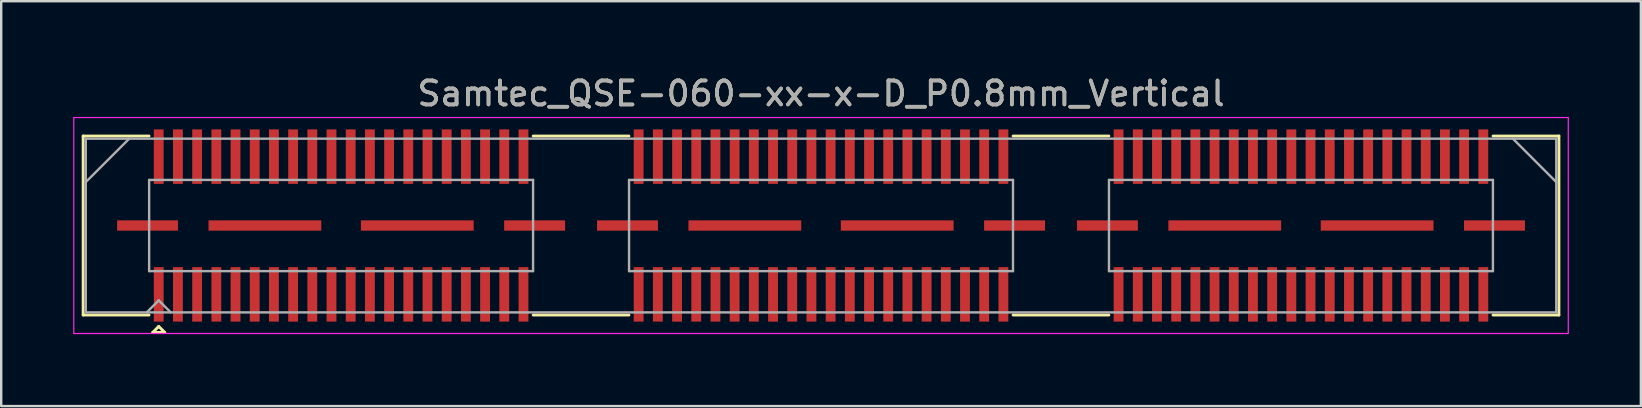
<source format=kicad_pcb>
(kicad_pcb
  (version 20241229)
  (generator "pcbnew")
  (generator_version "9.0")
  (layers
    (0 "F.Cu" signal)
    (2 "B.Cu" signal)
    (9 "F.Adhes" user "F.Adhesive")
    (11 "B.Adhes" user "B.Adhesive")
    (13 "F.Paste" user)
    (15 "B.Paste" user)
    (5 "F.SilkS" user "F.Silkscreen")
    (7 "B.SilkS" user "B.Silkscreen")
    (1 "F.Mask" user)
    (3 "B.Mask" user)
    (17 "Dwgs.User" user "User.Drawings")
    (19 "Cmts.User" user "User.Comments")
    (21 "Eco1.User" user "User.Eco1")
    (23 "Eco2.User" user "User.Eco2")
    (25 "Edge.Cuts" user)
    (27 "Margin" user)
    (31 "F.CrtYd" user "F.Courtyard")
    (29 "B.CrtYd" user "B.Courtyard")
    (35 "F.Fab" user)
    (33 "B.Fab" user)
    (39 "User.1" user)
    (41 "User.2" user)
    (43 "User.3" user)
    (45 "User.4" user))
  (footprint "Samtec_QSE-060-xx-x-D_P0.8mm_Vertical"
    (layer "F.Cu")
    (at 31.165 6.348)
    (property "Reference" "Samtec_QSE-060-xx-x-D_P0.8mm_Vertical" (at 0 -5.5 0) (layer "F.SilkS") (effects (font (size 1 1) (thickness 0.15))))
    (attr smd)
    (fp_line (start -30.75 -3.73) (end -28.005 -3.73) (stroke (width 0.12) (type solid)) (layer "F.SilkS"))
    (fp_line (start -30.75 3.73) (end -30.75 -3.73) (stroke (width 0.12) (type solid)) (layer "F.SilkS"))
    (fp_line (start -28.005 3.73) (end -30.75 3.73) (stroke (width 0.12) (type solid)) (layer "F.SilkS"))
    (fp_line (start -27.85 4.455) (end -27.6 4.205) (stroke (width 0.12) (type solid)) (layer "F.SilkS"))
    (fp_line (start -27.6 4.205) (end -27.35 4.455) (stroke (width 0.12) (type solid)) (layer "F.SilkS"))
    (fp_line (start -27.35 4.455) (end -27.85 4.455) (stroke (width 0.12) (type solid)) (layer "F.SilkS"))
    (fp_line (start -11.995 -3.73) (end -8.005 -3.73) (stroke (width 0.12) (type solid)) (layer "F.SilkS"))
    (fp_line (start -11.995 3.73) (end -8.005 3.73) (stroke (width 0.12) (type solid)) (layer "F.SilkS"))
    (fp_line (start 8.005 -3.73) (end 11.995 -3.73) (stroke (width 0.12) (type solid)) (layer "F.SilkS"))
    (fp_line (start 8.005 3.73) (end 11.995 3.73) (stroke (width 0.12) (type solid)) (layer "F.SilkS"))
    (fp_line (start 28.005 3.73) (end 30.75 3.73) (stroke (width 0.12) (type solid)) (layer "F.SilkS"))
    (fp_line (start 30.75 -3.73) (end 28.005 -3.73) (stroke (width 0.12) (type solid)) (layer "F.SilkS"))
    (fp_line (start 30.75 3.73) (end 30.75 -3.73) (stroke (width 0.12) (type solid)) (layer "F.SilkS"))
    (fp_line (start -31.14 -4.5) (end -31.14 4.5) (stroke (width 0.05) (type solid)) (layer "F.CrtYd"))
    (fp_line (start -31.14 4.5) (end 31.14 4.5) (stroke (width 0.05) (type solid)) (layer "F.CrtYd"))
    (fp_line (start 31.14 -4.5) (end -31.14 -4.5) (stroke (width 0.05) (type solid)) (layer "F.CrtYd"))
    (fp_line (start 31.14 4.5) (end 31.14 -4.5) (stroke (width 0.05) (type solid)) (layer "F.CrtYd"))
    (fp_line (start -30.64 -3.62) (end -30.64 3.62) (stroke (width 0.1) (type solid)) (layer "F.Fab"))
    (fp_line (start -30.64 -1.81) (end -28.83 -3.62) (stroke (width 0.1) (type solid)) (layer "F.Fab"))
    (fp_line (start -30.64 3.62) (end 30.64 3.62) (stroke (width 0.1) (type solid)) (layer "F.Fab"))
    (fp_line (start -28.1 3.62) (end -27.6 3.12) (stroke (width 0.1) (type solid)) (layer "F.Fab"))
    (fp_line (start -28 -1.9) (end -28 1.9) (stroke (width 0.1) (type solid)) (layer "F.Fab"))
    (fp_line (start -28 1.9) (end -12 1.9) (stroke (width 0.1) (type solid)) (layer "F.Fab"))
    (fp_line (start -27.6 3.12) (end -27.1 3.62) (stroke (width 0.1) (type solid)) (layer "F.Fab"))
    (fp_line (start -12 -1.9) (end -28 -1.9) (stroke (width 0.1) (type solid)) (layer "F.Fab"))
    (fp_line (start -12 1.9) (end -12 -1.9) (stroke (width 0.1) (type solid)) (layer "F.Fab"))
    (fp_line (start -8 -1.9) (end -8 1.9) (stroke (width 0.1) (type solid)) (layer "F.Fab"))
    (fp_line (start -8 1.9) (end 8 1.9) (stroke (width 0.1) (type solid)) (layer "F.Fab"))
    (fp_line (start 8 -1.9) (end -8 -1.9) (stroke (width 0.1) (type solid)) (layer "F.Fab"))
    (fp_line (start 8 1.9) (end 8 -1.9) (stroke (width 0.1) (type solid)) (layer "F.Fab"))
    (fp_line (start 12 -1.9) (end 12 1.9) (stroke (width 0.1) (type solid)) (layer "F.Fab"))
    (fp_line (start 12 1.9) (end 28 1.9) (stroke (width 0.1) (type solid)) (layer "F.Fab"))
    (fp_line (start 28 -1.9) (end 12 -1.9) (stroke (width 0.1) (type solid)) (layer "F.Fab"))
    (fp_line (start 28 1.9) (end 28 -1.9) (stroke (width 0.1) (type solid)) (layer "F.Fab"))
    (fp_line (start 30.64 -3.62) (end -30.64 -3.62) (stroke (width 0.1) (type solid)) (layer "F.Fab"))
    (fp_line (start 30.64 -1.81) (end 28.83 -3.62) (stroke (width 0.1) (type solid)) (layer "F.Fab"))
    (fp_line (start 30.64 3.62) (end 30.64 -3.62) (stroke (width 0.1) (type solid)) (layer "F.Fab"))
    (fp_text user "${REFERENCE}" (at 0 -5.5 0) (layer "F.Fab") (effects (font (size 1 1) (thickness 0.15))))
    (pad "1" smd rect (at -27.6 2.87) (size 0.41 2.27) (layers "F.Cu" "F.Mask" "F.Paste"))
    (pad "2" smd rect (at -27.6 -2.87) (size 0.41 2.27) (layers "F.Cu" "F.Mask" "F.Paste"))
    (pad "3" smd rect (at -26.8 2.87) (size 0.41 2.27) (layers "F.Cu" "F.Mask" "F.Paste"))
    (pad "4" smd rect (at -26.8 -2.87) (size 0.41 2.27) (layers "F.Cu" "F.Mask" "F.Paste"))
    (pad "5" smd rect (at -26 2.87) (size 0.41 2.27) (layers "F.Cu" "F.Mask" "F.Paste"))
    (pad "6" smd rect (at -26 -2.87) (size 0.41 2.27) (layers "F.Cu" "F.Mask" "F.Paste"))
    (pad "7" smd rect (at -25.2 2.87) (size 0.41 2.27) (layers "F.Cu" "F.Mask" "F.Paste"))
    (pad "8" smd rect (at -25.2 -2.87) (size 0.41 2.27) (layers "F.Cu" "F.Mask" "F.Paste"))
    (pad "9" smd rect (at -24.4 2.87) (size 0.41 2.27) (layers "F.Cu" "F.Mask" "F.Paste"))
    (pad "10" smd rect (at -24.4 -2.87) (size 0.41 2.27) (layers "F.Cu" "F.Mask" "F.Paste"))
    (pad "11" smd rect (at -23.6 2.87) (size 0.41 2.27) (layers "F.Cu" "F.Mask" "F.Paste"))
    (pad "12" smd rect (at -23.6 -2.87) (size 0.41 2.27) (layers "F.Cu" "F.Mask" "F.Paste"))
    (pad "13" smd rect (at -22.8 2.87) (size 0.41 2.27) (layers "F.Cu" "F.Mask" "F.Paste"))
    (pad "14" smd rect (at -22.8 -2.87) (size 0.41 2.27) (layers "F.Cu" "F.Mask" "F.Paste"))
    (pad "15" smd rect (at -22 2.87) (size 0.41 2.27) (layers "F.Cu" "F.Mask" "F.Paste"))
    (pad "16" smd rect (at -22 -2.87) (size 0.41 2.27) (layers "F.Cu" "F.Mask" "F.Paste"))
    (pad "17" smd rect (at -21.2 2.87) (size 0.41 2.27) (layers "F.Cu" "F.Mask" "F.Paste"))
    (pad "18" smd rect (at -21.2 -2.87) (size 0.41 2.27) (layers "F.Cu" "F.Mask" "F.Paste"))
    (pad "19" smd rect (at -20.4 2.87) (size 0.41 2.27) (layers "F.Cu" "F.Mask" "F.Paste"))
    (pad "20" smd rect (at -20.4 -2.87) (size 0.41 2.27) (layers "F.Cu" "F.Mask" "F.Paste"))
    (pad "21" smd rect (at -19.6 2.87) (size 0.41 2.27) (layers "F.Cu" "F.Mask" "F.Paste"))
    (pad "22" smd rect (at -19.6 -2.87) (size 0.41 2.27) (layers "F.Cu" "F.Mask" "F.Paste"))
    (pad "23" smd rect (at -18.8 2.87) (size 0.41 2.27) (layers "F.Cu" "F.Mask" "F.Paste"))
    (pad "24" smd rect (at -18.8 -2.87) (size 0.41 2.27) (layers "F.Cu" "F.Mask" "F.Paste"))
    (pad "25" smd rect (at -18 2.87) (size 0.41 2.27) (layers "F.Cu" "F.Mask" "F.Paste"))
    (pad "26" smd rect (at -18 -2.87) (size 0.41 2.27) (layers "F.Cu" "F.Mask" "F.Paste"))
    (pad "27" smd rect (at -17.2 2.87) (size 0.41 2.27) (layers "F.Cu" "F.Mask" "F.Paste"))
    (pad "28" smd rect (at -17.2 -2.87) (size 0.41 2.27) (layers "F.Cu" "F.Mask" "F.Paste"))
    (pad "29" smd rect (at -16.4 2.87) (size 0.41 2.27) (layers "F.Cu" "F.Mask" "F.Paste"))
    (pad "30" smd rect (at -16.4 -2.87) (size 0.41 2.27) (layers "F.Cu" "F.Mask" "F.Paste"))
    (pad "31" smd rect (at -15.6 2.87) (size 0.41 2.27) (layers "F.Cu" "F.Mask" "F.Paste"))
    (pad "32" smd rect (at -15.6 -2.87) (size 0.41 2.27) (layers "F.Cu" "F.Mask" "F.Paste"))
    (pad "33" smd rect (at -14.8 2.87) (size 0.41 2.27) (layers "F.Cu" "F.Mask" "F.Paste"))
    (pad "34" smd rect (at -14.8 -2.87) (size 0.41 2.27) (layers "F.Cu" "F.Mask" "F.Paste"))
    (pad "35" smd rect (at -14 2.87) (size 0.41 2.27) (layers "F.Cu" "F.Mask" "F.Paste"))
    (pad "36" smd rect (at -14 -2.87) (size 0.41 2.27) (layers "F.Cu" "F.Mask" "F.Paste"))
    (pad "37" smd rect (at -13.2 2.87) (size 0.41 2.27) (layers "F.Cu" "F.Mask" "F.Paste"))
    (pad "38" smd rect (at -13.2 -2.87) (size 0.41 2.27) (layers "F.Cu" "F.Mask" "F.Paste"))
    (pad "39" smd rect (at -12.4 2.87) (size 0.41 2.27) (layers "F.Cu" "F.Mask" "F.Paste"))
    (pad "40" smd rect (at -12.4 -2.87) (size 0.41 2.27) (layers "F.Cu" "F.Mask" "F.Paste"))
    (pad "41" smd rect (at -7.6 2.87) (size 0.41 2.27) (layers "F.Cu" "F.Mask" "F.Paste"))
    (pad "42" smd rect (at -7.6 -2.87) (size 0.41 2.27) (layers "F.Cu" "F.Mask" "F.Paste"))
    (pad "43" smd rect (at -6.8 2.87) (size 0.41 2.27) (layers "F.Cu" "F.Mask" "F.Paste"))
    (pad "44" smd rect (at -6.8 -2.87) (size 0.41 2.27) (layers "F.Cu" "F.Mask" "F.Paste"))
    (pad "45" smd rect (at -6 2.87) (size 0.41 2.27) (layers "F.Cu" "F.Mask" "F.Paste"))
    (pad "46" smd rect (at -6 -2.87) (size 0.41 2.27) (layers "F.Cu" "F.Mask" "F.Paste"))
    (pad "47" smd rect (at -5.2 2.87) (size 0.41 2.27) (layers "F.Cu" "F.Mask" "F.Paste"))
    (pad "48" smd rect (at -5.2 -2.87) (size 0.41 2.27) (layers "F.Cu" "F.Mask" "F.Paste"))
    (pad "49" smd rect (at -4.4 2.87) (size 0.41 2.27) (layers "F.Cu" "F.Mask" "F.Paste"))
    (pad "50" smd rect (at -4.4 -2.87) (size 0.41 2.27) (layers "F.Cu" "F.Mask" "F.Paste"))
    (pad "51" smd rect (at -3.6 2.87) (size 0.41 2.27) (layers "F.Cu" "F.Mask" "F.Paste"))
    (pad "52" smd rect (at -3.6 -2.87) (size 0.41 2.27) (layers "F.Cu" "F.Mask" "F.Paste"))
    (pad "53" smd rect (at -2.8 2.87) (size 0.41 2.27) (layers "F.Cu" "F.Mask" "F.Paste"))
    (pad "54" smd rect (at -2.8 -2.87) (size 0.41 2.27) (layers "F.Cu" "F.Mask" "F.Paste"))
    (pad "55" smd rect (at -2 2.87) (size 0.41 2.27) (layers "F.Cu" "F.Mask" "F.Paste"))
    (pad "56" smd rect (at -2 -2.87) (size 0.41 2.27) (layers "F.Cu" "F.Mask" "F.Paste"))
    (pad "57" smd rect (at -1.2 2.87) (size 0.41 2.27) (layers "F.Cu" "F.Mask" "F.Paste"))
    (pad "58" smd rect (at -1.2 -2.87) (size 0.41 2.27) (layers "F.Cu" "F.Mask" "F.Paste"))
    (pad "59" smd rect (at -0.4 2.87) (size 0.41 2.27) (layers "F.Cu" "F.Mask" "F.Paste"))
    (pad "60" smd rect (at -0.4 -2.87) (size 0.41 2.27) (layers "F.Cu" "F.Mask" "F.Paste"))
    (pad "61" smd rect (at 0.4 2.87) (size 0.41 2.27) (layers "F.Cu" "F.Mask" "F.Paste"))
    (pad "62" smd rect (at 0.4 -2.87) (size 0.41 2.27) (layers "F.Cu" "F.Mask" "F.Paste"))
    (pad "63" smd rect (at 1.2 2.87) (size 0.41 2.27) (layers "F.Cu" "F.Mask" "F.Paste"))
    (pad "64" smd rect (at 1.2 -2.87) (size 0.41 2.27) (layers "F.Cu" "F.Mask" "F.Paste"))
    (pad "65" smd rect (at 2 2.87) (size 0.41 2.27) (layers "F.Cu" "F.Mask" "F.Paste"))
    (pad "66" smd rect (at 2 -2.87) (size 0.41 2.27) (layers "F.Cu" "F.Mask" "F.Paste"))
    (pad "67" smd rect (at 2.8 2.87) (size 0.41 2.27) (layers "F.Cu" "F.Mask" "F.Paste"))
    (pad "68" smd rect (at 2.8 -2.87) (size 0.41 2.27) (layers "F.Cu" "F.Mask" "F.Paste"))
    (pad "69" smd rect (at 3.6 2.87) (size 0.41 2.27) (layers "F.Cu" "F.Mask" "F.Paste"))
    (pad "70" smd rect (at 3.6 -2.87) (size 0.41 2.27) (layers "F.Cu" "F.Mask" "F.Paste"))
    (pad "71" smd rect (at 4.4 2.87) (size 0.41 2.27) (layers "F.Cu" "F.Mask" "F.Paste"))
    (pad "72" smd rect (at 4.4 -2.87) (size 0.41 2.27) (layers "F.Cu" "F.Mask" "F.Paste"))
    (pad "73" smd rect (at 5.2 2.87) (size 0.41 2.27) (layers "F.Cu" "F.Mask" "F.Paste"))
    (pad "74" smd rect (at 5.2 -2.87) (size 0.41 2.27) (layers "F.Cu" "F.Mask" "F.Paste"))
    (pad "75" smd rect (at 6 2.87) (size 0.41 2.27) (layers "F.Cu" "F.Mask" "F.Paste"))
    (pad "76" smd rect (at 6 -2.87) (size 0.41 2.27) (layers "F.Cu" "F.Mask" "F.Paste"))
    (pad "77" smd rect (at 6.8 2.87) (size 0.41 2.27) (layers "F.Cu" "F.Mask" "F.Paste"))
    (pad "78" smd rect (at 6.8 -2.87) (size 0.41 2.27) (layers "F.Cu" "F.Mask" "F.Paste"))
    (pad "79" smd rect (at 7.6 2.87) (size 0.41 2.27) (layers "F.Cu" "F.Mask" "F.Paste"))
    (pad "80" smd rect (at 7.6 -2.87) (size 0.41 2.27) (layers "F.Cu" "F.Mask" "F.Paste"))
    (pad "81" smd rect (at 12.4 2.87) (size 0.41 2.27) (layers "F.Cu" "F.Mask" "F.Paste"))
    (pad "82" smd rect (at 12.4 -2.87) (size 0.41 2.27) (layers "F.Cu" "F.Mask" "F.Paste"))
    (pad "83" smd rect (at 13.2 2.87) (size 0.41 2.27) (layers "F.Cu" "F.Mask" "F.Paste"))
    (pad "84" smd rect (at 13.2 -2.87) (size 0.41 2.27) (layers "F.Cu" "F.Mask" "F.Paste"))
    (pad "85" smd rect (at 14 2.87) (size 0.41 2.27) (layers "F.Cu" "F.Mask" "F.Paste"))
    (pad "86" smd rect (at 14 -2.87) (size 0.41 2.27) (layers "F.Cu" "F.Mask" "F.Paste"))
    (pad "87" smd rect (at 14.8 2.87) (size 0.41 2.27) (layers "F.Cu" "F.Mask" "F.Paste"))
    (pad "88" smd rect (at 14.8 -2.87) (size 0.41 2.27) (layers "F.Cu" "F.Mask" "F.Paste"))
    (pad "89" smd rect (at 15.6 2.87) (size 0.41 2.27) (layers "F.Cu" "F.Mask" "F.Paste"))
    (pad "90" smd rect (at 15.6 -2.87) (size 0.41 2.27) (layers "F.Cu" "F.Mask" "F.Paste"))
    (pad "91" smd rect (at 16.4 2.87) (size 0.41 2.27) (layers "F.Cu" "F.Mask" "F.Paste"))
    (pad "92" smd rect (at 16.4 -2.87) (size 0.41 2.27) (layers "F.Cu" "F.Mask" "F.Paste"))
    (pad "93" smd rect (at 17.2 2.87) (size 0.41 2.27) (layers "F.Cu" "F.Mask" "F.Paste"))
    (pad "94" smd rect (at 17.2 -2.87) (size 0.41 2.27) (layers "F.Cu" "F.Mask" "F.Paste"))
    (pad "95" smd rect (at 18 2.87) (size 0.41 2.27) (layers "F.Cu" "F.Mask" "F.Paste"))
    (pad "96" smd rect (at 18 -2.87) (size 0.41 2.27) (layers "F.Cu" "F.Mask" "F.Paste"))
    (pad "97" smd rect (at 18.8 2.87) (size 0.41 2.27) (layers "F.Cu" "F.Mask" "F.Paste"))
    (pad "98" smd rect (at 18.8 -2.87) (size 0.41 2.27) (layers "F.Cu" "F.Mask" "F.Paste"))
    (pad "99" smd rect (at 19.6 2.87) (size 0.41 2.27) (layers "F.Cu" "F.Mask" "F.Paste"))
    (pad "100" smd rect (at 19.6 -2.87) (size 0.41 2.27) (layers "F.Cu" "F.Mask" "F.Paste"))
    (pad "101" smd rect (at 20.4 2.87) (size 0.41 2.27) (layers "F.Cu" "F.Mask" "F.Paste"))
    (pad "102" smd rect (at 20.4 -2.87) (size 0.41 2.27) (layers "F.Cu" "F.Mask" "F.Paste"))
    (pad "103" smd rect (at 21.2 2.87) (size 0.41 2.27) (layers "F.Cu" "F.Mask" "F.Paste"))
    (pad "104" smd rect (at 21.2 -2.87) (size 0.41 2.27) (layers "F.Cu" "F.Mask" "F.Paste"))
    (pad "105" smd rect (at 22 2.87) (size 0.41 2.27) (layers "F.Cu" "F.Mask" "F.Paste"))
    (pad "106" smd rect (at 22 -2.87) (size 0.41 2.27) (layers "F.Cu" "F.Mask" "F.Paste"))
    (pad "107" smd rect (at 22.8 2.87) (size 0.41 2.27) (layers "F.Cu" "F.Mask" "F.Paste"))
    (pad "108" smd rect (at 22.8 -2.87) (size 0.41 2.27) (layers "F.Cu" "F.Mask" "F.Paste"))
    (pad "109" smd rect (at 23.6 2.87) (size 0.41 2.27) (layers "F.Cu" "F.Mask" "F.Paste"))
    (pad "110" smd rect (at 23.6 -2.87) (size 0.41 2.27) (layers "F.Cu" "F.Mask" "F.Paste"))
    (pad "111" smd rect (at 24.4 2.87) (size 0.41 2.27) (layers "F.Cu" "F.Mask" "F.Paste"))
    (pad "112" smd rect (at 24.4 -2.87) (size 0.41 2.27) (layers "F.Cu" "F.Mask" "F.Paste"))
    (pad "113" smd rect (at 25.2 2.87) (size 0.41 2.27) (layers "F.Cu" "F.Mask" "F.Paste"))
    (pad "114" smd rect (at 25.2 -2.87) (size 0.41 2.27) (layers "F.Cu" "F.Mask" "F.Paste"))
    (pad "115" smd rect (at 26 2.87) (size 0.41 2.27) (layers "F.Cu" "F.Mask" "F.Paste"))
    (pad "116" smd rect (at 26 -2.87) (size 0.41 2.27) (layers "F.Cu" "F.Mask" "F.Paste"))
    (pad "117" smd rect (at 26.8 2.87) (size 0.41 2.27) (layers "F.Cu" "F.Mask" "F.Paste"))
    (pad "118" smd rect (at 26.8 -2.87) (size 0.41 2.27) (layers "F.Cu" "F.Mask" "F.Paste"))
    (pad "119" smd rect (at 27.6 2.87) (size 0.41 2.27) (layers "F.Cu" "F.Mask" "F.Paste"))
    (pad "120" smd rect (at 27.6 -2.87) (size 0.41 2.27) (layers "F.Cu" "F.Mask" "F.Paste"))
    (pad "P1" smd rect (at -28.065 0) (size 2.54 0.43) (layers "F.Cu" "F.Mask" "F.Paste"))
    (pad "P1" smd rect (at -23.175 0) (size 4.7 0.43) (layers "F.Cu" "F.Mask" "F.Paste"))
    (pad "P1" smd rect (at -16.825 0) (size 4.7 0.43) (layers "F.Cu" "F.Mask" "F.Paste"))
    (pad "P1" smd rect (at -11.935 0) (size 2.54 0.43) (layers "F.Cu" "F.Mask" "F.Paste"))
    (pad "P2" smd rect (at -8.065 0) (size 2.54 0.43) (layers "F.Cu" "F.Mask" "F.Paste"))
    (pad "P2" smd rect (at -3.175 0) (size 4.7 0.43) (layers "F.Cu" "F.Mask" "F.Paste"))
    (pad "P2" smd rect (at 3.175 0) (size 4.7 0.43) (layers "F.Cu" "F.Mask" "F.Paste"))
    (pad "P2" smd rect (at 8.065 0) (size 2.54 0.43) (layers "F.Cu" "F.Mask" "F.Paste"))
    (pad "P3" smd rect (at 11.935 0) (size 2.54 0.43) (layers "F.Cu" "F.Mask" "F.Paste"))
    (pad "P3" smd rect (at 16.825 0) (size 4.7 0.43) (layers "F.Cu" "F.Mask" "F.Paste"))
    (pad "P3" smd rect (at 23.175 0) (size 4.7 0.43) (layers "F.Cu" "F.Mask" "F.Paste"))
    (pad "P3" smd rect (at 28.065 0) (size 2.54 0.43) (layers "F.Cu" "F.Mask" "F.Paste")))
  (gr_rect
    (start -3 -3)
    (end 65.33 13.873)
    (stroke (width 0.1) (type default))
    (fill no)
    (layer "Edge.Cuts")))
</source>
